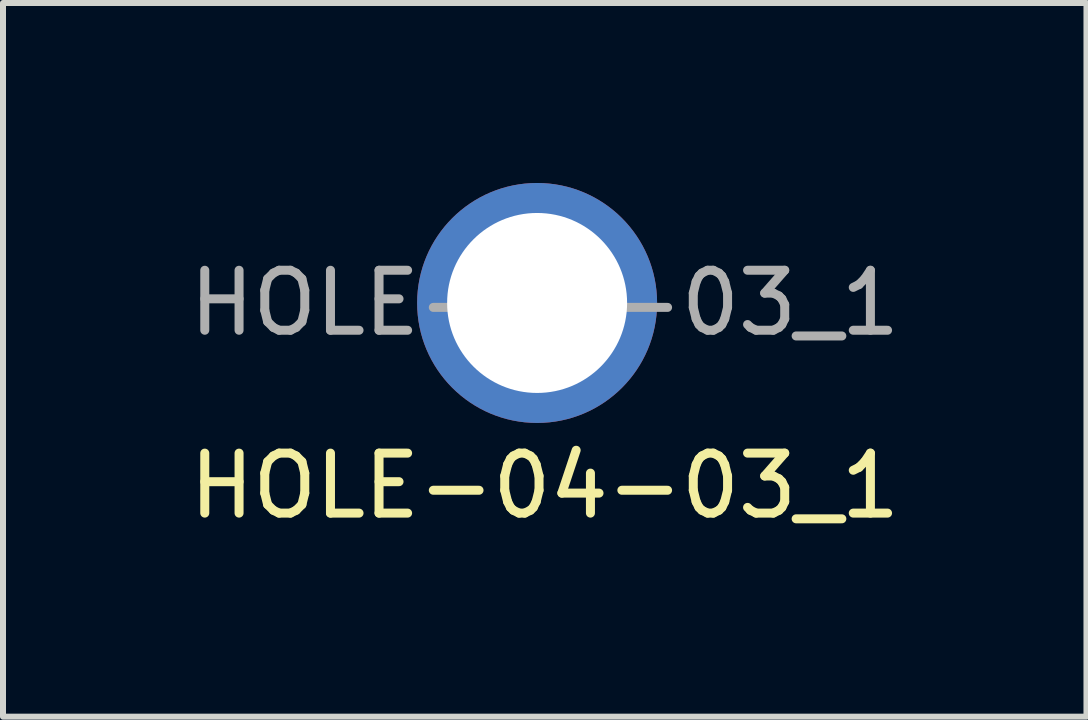
<source format=kicad_pcb>
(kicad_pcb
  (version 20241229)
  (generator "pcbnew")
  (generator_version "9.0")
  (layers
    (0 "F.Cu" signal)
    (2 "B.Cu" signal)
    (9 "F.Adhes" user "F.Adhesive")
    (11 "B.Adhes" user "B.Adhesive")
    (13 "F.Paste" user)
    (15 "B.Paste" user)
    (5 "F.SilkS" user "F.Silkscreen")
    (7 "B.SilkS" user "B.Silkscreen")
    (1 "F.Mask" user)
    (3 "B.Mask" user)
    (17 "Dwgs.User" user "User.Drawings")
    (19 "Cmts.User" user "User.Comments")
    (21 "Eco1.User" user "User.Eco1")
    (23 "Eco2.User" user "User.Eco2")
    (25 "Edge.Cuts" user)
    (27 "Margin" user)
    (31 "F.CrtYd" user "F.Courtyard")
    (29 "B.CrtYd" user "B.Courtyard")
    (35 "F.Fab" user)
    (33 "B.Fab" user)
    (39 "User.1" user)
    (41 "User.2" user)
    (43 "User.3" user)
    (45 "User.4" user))
  (footprint "HOLE-04-03_1"
    (layer "F.Cu")
    (at 6.03 2)
    (property "Reference" "HOLE-04-03_1" (at 0 3.048 0) (unlocked yes) (layer "F.SilkS") (effects (font (size 1 1) (thickness 0.15))))
    (attr smd)
    (fp_line (start -0.254 0) (end 0.254 0) (stroke (width 0.1) (type solid)) (layer "F.Fab"))
    (fp_line (start 0 -0.254) (end 0 0.254) (stroke (width 0.1) (type solid)) (layer "F.Fab"))
    (fp_text user "${REFERENCE}" (at 0 0 0) (unlocked yes) (layer "F.Fab") (effects (font (size 1 1) (thickness 0.15))))
    (pad "1" thru_hole circle (at -0.127 0) (size 4 4) (drill 3) (layers "*.Cu" "*.Mask")))
  (gr_rect
    (start -3 -3)
    (end 15.06 8.896)
    (stroke (width 0.1) (type default))
    (fill no)
    (layer "Edge.Cuts")))
</source>
